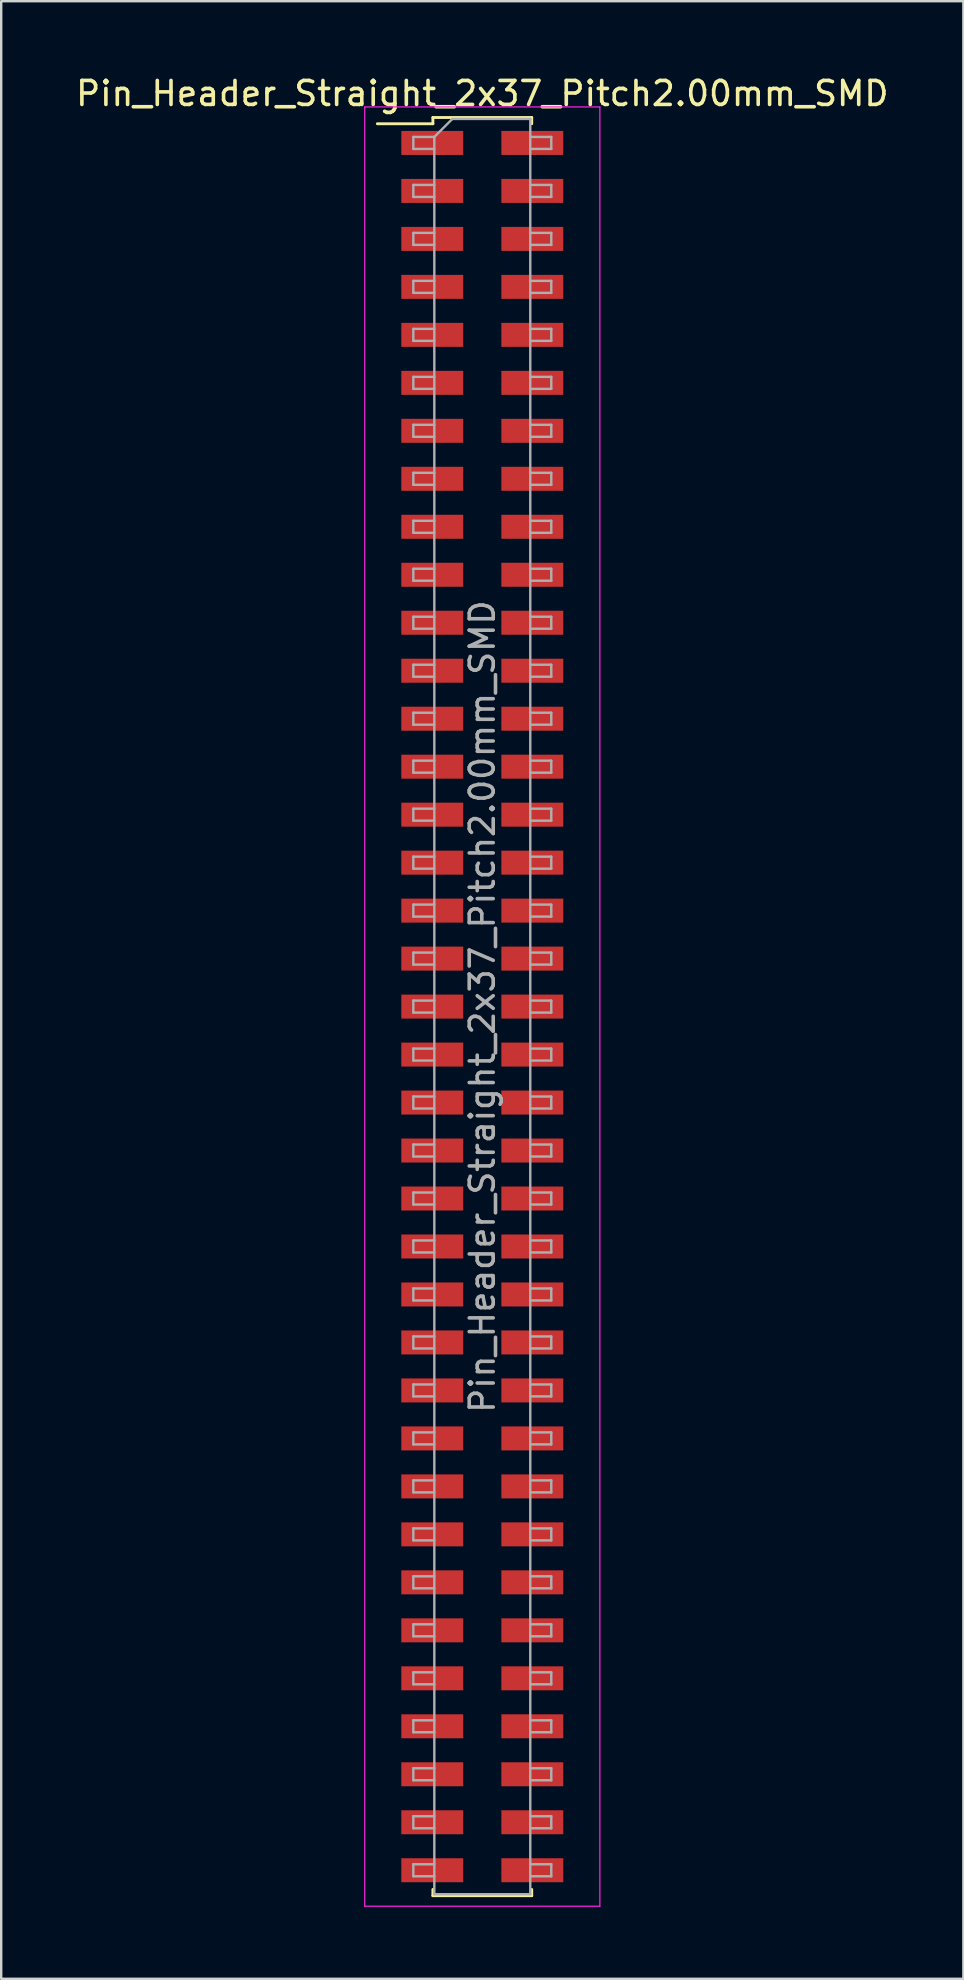
<source format=kicad_pcb>
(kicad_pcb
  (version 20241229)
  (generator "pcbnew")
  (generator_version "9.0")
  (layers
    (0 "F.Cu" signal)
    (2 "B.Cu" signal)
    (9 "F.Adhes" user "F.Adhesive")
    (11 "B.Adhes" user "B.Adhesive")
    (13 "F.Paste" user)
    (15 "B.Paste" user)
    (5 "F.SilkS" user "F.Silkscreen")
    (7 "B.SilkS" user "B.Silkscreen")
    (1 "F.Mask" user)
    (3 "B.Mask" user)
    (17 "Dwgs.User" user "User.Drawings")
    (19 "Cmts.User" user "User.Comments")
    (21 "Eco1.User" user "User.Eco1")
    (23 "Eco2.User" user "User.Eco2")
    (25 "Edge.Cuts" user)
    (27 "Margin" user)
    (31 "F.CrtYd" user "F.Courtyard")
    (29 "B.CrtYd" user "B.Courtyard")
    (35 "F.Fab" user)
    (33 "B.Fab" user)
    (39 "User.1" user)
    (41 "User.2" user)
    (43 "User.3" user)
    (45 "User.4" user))
  (footprint "Pin_Header_Straight_2x37_Pitch2.00mm_SMD"
    (layer "F.Cu")
    (at 17.054 38.908)
    (property "Reference" "Pin_Header_Straight_2x37_Pitch2.00mm_SMD" (at 0 -38.06 0) (layer "F.SilkS") (effects (font (size 1 1) (thickness 0.15))))
    (attr smd)
    (fp_line (start -4.375 -36.8) (end -2.06 -36.8) (stroke (width 0.12) (type solid)) (layer "F.SilkS"))
    (fp_line (start -2.06 -37.06) (end 2.06 -37.06) (stroke (width 0.12) (type solid)) (layer "F.SilkS"))
    (fp_line (start -2.06 -36.8) (end -2.06 -37.06) (stroke (width 0.12) (type solid)) (layer "F.SilkS"))
    (fp_line (start -2.06 36.8) (end -2.06 37.06) (stroke (width 0.12) (type solid)) (layer "F.SilkS"))
    (fp_line (start -2.06 37.06) (end 2.06 37.06) (stroke (width 0.12) (type solid)) (layer "F.SilkS"))
    (fp_line (start 2.06 -37.06) (end 2.06 -36.8) (stroke (width 0.12) (type solid)) (layer "F.SilkS"))
    (fp_line (start 2.06 37.06) (end 2.06 36.8) (stroke (width 0.12) (type solid)) (layer "F.SilkS"))
    (fp_line (start -4.9 -37.5) (end -4.9 37.5) (stroke (width 0.05) (type solid)) (layer "F.CrtYd"))
    (fp_line (start -4.9 37.5) (end 4.9 37.5) (stroke (width 0.05) (type solid)) (layer "F.CrtYd"))
    (fp_line (start 4.9 -37.5) (end -4.9 -37.5) (stroke (width 0.05) (type solid)) (layer "F.CrtYd"))
    (fp_line (start 4.9 37.5) (end 4.9 -37.5) (stroke (width 0.05) (type solid)) (layer "F.CrtYd"))
    (fp_line (start -2.875 -36.25) (end -2.875 -35.75) (stroke (width 0.1) (type solid)) (layer "F.Fab"))
    (fp_line (start -2.875 -35.75) (end -2 -35.75) (stroke (width 0.1) (type solid)) (layer "F.Fab"))
    (fp_line (start -2.875 -34.25) (end -2.875 -33.75) (stroke (width 0.1) (type solid)) (layer "F.Fab"))
    (fp_line (start -2.875 -33.75) (end -2 -33.75) (stroke (width 0.1) (type solid)) (layer "F.Fab"))
    (fp_line (start -2.875 -32.25) (end -2.875 -31.75) (stroke (width 0.1) (type solid)) (layer "F.Fab"))
    (fp_line (start -2.875 -31.75) (end -2 -31.75) (stroke (width 0.1) (type solid)) (layer "F.Fab"))
    (fp_line (start -2.875 -30.25) (end -2.875 -29.75) (stroke (width 0.1) (type solid)) (layer "F.Fab"))
    (fp_line (start -2.875 -29.75) (end -2 -29.75) (stroke (width 0.1) (type solid)) (layer "F.Fab"))
    (fp_line (start -2.875 -28.25) (end -2.875 -27.75) (stroke (width 0.1) (type solid)) (layer "F.Fab"))
    (fp_line (start -2.875 -27.75) (end -2 -27.75) (stroke (width 0.1) (type solid)) (layer "F.Fab"))
    (fp_line (start -2.875 -26.25) (end -2.875 -25.75) (stroke (width 0.1) (type solid)) (layer "F.Fab"))
    (fp_line (start -2.875 -25.75) (end -2 -25.75) (stroke (width 0.1) (type solid)) (layer "F.Fab"))
    (fp_line (start -2.875 -24.25) (end -2.875 -23.75) (stroke (width 0.1) (type solid)) (layer "F.Fab"))
    (fp_line (start -2.875 -23.75) (end -2 -23.75) (stroke (width 0.1) (type solid)) (layer "F.Fab"))
    (fp_line (start -2.875 -22.25) (end -2.875 -21.75) (stroke (width 0.1) (type solid)) (layer "F.Fab"))
    (fp_line (start -2.875 -21.75) (end -2 -21.75) (stroke (width 0.1) (type solid)) (layer "F.Fab"))
    (fp_line (start -2.875 -20.25) (end -2.875 -19.75) (stroke (width 0.1) (type solid)) (layer "F.Fab"))
    (fp_line (start -2.875 -19.75) (end -2 -19.75) (stroke (width 0.1) (type solid)) (layer "F.Fab"))
    (fp_line (start -2.875 -18.25) (end -2.875 -17.75) (stroke (width 0.1) (type solid)) (layer "F.Fab"))
    (fp_line (start -2.875 -17.75) (end -2 -17.75) (stroke (width 0.1) (type solid)) (layer "F.Fab"))
    (fp_line (start -2.875 -16.25) (end -2.875 -15.75) (stroke (width 0.1) (type solid)) (layer "F.Fab"))
    (fp_line (start -2.875 -15.75) (end -2 -15.75) (stroke (width 0.1) (type solid)) (layer "F.Fab"))
    (fp_line (start -2.875 -14.25) (end -2.875 -13.75) (stroke (width 0.1) (type solid)) (layer "F.Fab"))
    (fp_line (start -2.875 -13.75) (end -2 -13.75) (stroke (width 0.1) (type solid)) (layer "F.Fab"))
    (fp_line (start -2.875 -12.25) (end -2.875 -11.75) (stroke (width 0.1) (type solid)) (layer "F.Fab"))
    (fp_line (start -2.875 -11.75) (end -2 -11.75) (stroke (width 0.1) (type solid)) (layer "F.Fab"))
    (fp_line (start -2.875 -10.25) (end -2.875 -9.75) (stroke (width 0.1) (type solid)) (layer "F.Fab"))
    (fp_line (start -2.875 -9.75) (end -2 -9.75) (stroke (width 0.1) (type solid)) (layer "F.Fab"))
    (fp_line (start -2.875 -8.25) (end -2.875 -7.75) (stroke (width 0.1) (type solid)) (layer "F.Fab"))
    (fp_line (start -2.875 -7.75) (end -2 -7.75) (stroke (width 0.1) (type solid)) (layer "F.Fab"))
    (fp_line (start -2.875 -6.25) (end -2.875 -5.75) (stroke (width 0.1) (type solid)) (layer "F.Fab"))
    (fp_line (start -2.875 -5.75) (end -2 -5.75) (stroke (width 0.1) (type solid)) (layer "F.Fab"))
    (fp_line (start -2.875 -4.25) (end -2.875 -3.75) (stroke (width 0.1) (type solid)) (layer "F.Fab"))
    (fp_line (start -2.875 -3.75) (end -2 -3.75) (stroke (width 0.1) (type solid)) (layer "F.Fab"))
    (fp_line (start -2.875 -2.25) (end -2.875 -1.75) (stroke (width 0.1) (type solid)) (layer "F.Fab"))
    (fp_line (start -2.875 -1.75) (end -2 -1.75) (stroke (width 0.1) (type solid)) (layer "F.Fab"))
    (fp_line (start -2.875 -0.25) (end -2.875 0.25) (stroke (width 0.1) (type solid)) (layer "F.Fab"))
    (fp_line (start -2.875 0.25) (end -2 0.25) (stroke (width 0.1) (type solid)) (layer "F.Fab"))
    (fp_line (start -2.875 1.75) (end -2.875 2.25) (stroke (width 0.1) (type solid)) (layer "F.Fab"))
    (fp_line (start -2.875 2.25) (end -2 2.25) (stroke (width 0.1) (type solid)) (layer "F.Fab"))
    (fp_line (start -2.875 3.75) (end -2.875 4.25) (stroke (width 0.1) (type solid)) (layer "F.Fab"))
    (fp_line (start -2.875 4.25) (end -2 4.25) (stroke (width 0.1) (type solid)) (layer "F.Fab"))
    (fp_line (start -2.875 5.75) (end -2.875 6.25) (stroke (width 0.1) (type solid)) (layer "F.Fab"))
    (fp_line (start -2.875 6.25) (end -2 6.25) (stroke (width 0.1) (type solid)) (layer "F.Fab"))
    (fp_line (start -2.875 7.75) (end -2.875 8.25) (stroke (width 0.1) (type solid)) (layer "F.Fab"))
    (fp_line (start -2.875 8.25) (end -2 8.25) (stroke (width 0.1) (type solid)) (layer "F.Fab"))
    (fp_line (start -2.875 9.75) (end -2.875 10.25) (stroke (width 0.1) (type solid)) (layer "F.Fab"))
    (fp_line (start -2.875 10.25) (end -2 10.25) (stroke (width 0.1) (type solid)) (layer "F.Fab"))
    (fp_line (start -2.875 11.75) (end -2.875 12.25) (stroke (width 0.1) (type solid)) (layer "F.Fab"))
    (fp_line (start -2.875 12.25) (end -2 12.25) (stroke (width 0.1) (type solid)) (layer "F.Fab"))
    (fp_line (start -2.875 13.75) (end -2.875 14.25) (stroke (width 0.1) (type solid)) (layer "F.Fab"))
    (fp_line (start -2.875 14.25) (end -2 14.25) (stroke (width 0.1) (type solid)) (layer "F.Fab"))
    (fp_line (start -2.875 15.75) (end -2.875 16.25) (stroke (width 0.1) (type solid)) (layer "F.Fab"))
    (fp_line (start -2.875 16.25) (end -2 16.25) (stroke (width 0.1) (type solid)) (layer "F.Fab"))
    (fp_line (start -2.875 17.75) (end -2.875 18.25) (stroke (width 0.1) (type solid)) (layer "F.Fab"))
    (fp_line (start -2.875 18.25) (end -2 18.25) (stroke (width 0.1) (type solid)) (layer "F.Fab"))
    (fp_line (start -2.875 19.75) (end -2.875 20.25) (stroke (width 0.1) (type solid)) (layer "F.Fab"))
    (fp_line (start -2.875 20.25) (end -2 20.25) (stroke (width 0.1) (type solid)) (layer "F.Fab"))
    (fp_line (start -2.875 21.75) (end -2.875 22.25) (stroke (width 0.1) (type solid)) (layer "F.Fab"))
    (fp_line (start -2.875 22.25) (end -2 22.25) (stroke (width 0.1) (type solid)) (layer "F.Fab"))
    (fp_line (start -2.875 23.75) (end -2.875 24.25) (stroke (width 0.1) (type solid)) (layer "F.Fab"))
    (fp_line (start -2.875 24.25) (end -2 24.25) (stroke (width 0.1) (type solid)) (layer "F.Fab"))
    (fp_line (start -2.875 25.75) (end -2.875 26.25) (stroke (width 0.1) (type solid)) (layer "F.Fab"))
    (fp_line (start -2.875 26.25) (end -2 26.25) (stroke (width 0.1) (type solid)) (layer "F.Fab"))
    (fp_line (start -2.875 27.75) (end -2.875 28.25) (stroke (width 0.1) (type solid)) (layer "F.Fab"))
    (fp_line (start -2.875 28.25) (end -2 28.25) (stroke (width 0.1) (type solid)) (layer "F.Fab"))
    (fp_line (start -2.875 29.75) (end -2.875 30.25) (stroke (width 0.1) (type solid)) (layer "F.Fab"))
    (fp_line (start -2.875 30.25) (end -2 30.25) (stroke (width 0.1) (type solid)) (layer "F.Fab"))
    (fp_line (start -2.875 31.75) (end -2.875 32.25) (stroke (width 0.1) (type solid)) (layer "F.Fab"))
    (fp_line (start -2.875 32.25) (end -2 32.25) (stroke (width 0.1) (type solid)) (layer "F.Fab"))
    (fp_line (start -2.875 33.75) (end -2.875 34.25) (stroke (width 0.1) (type solid)) (layer "F.Fab"))
    (fp_line (start -2.875 34.25) (end -2 34.25) (stroke (width 0.1) (type solid)) (layer "F.Fab"))
    (fp_line (start -2.875 35.75) (end -2.875 36.25) (stroke (width 0.1) (type solid)) (layer "F.Fab"))
    (fp_line (start -2.875 36.25) (end -2 36.25) (stroke (width 0.1) (type solid)) (layer "F.Fab"))
    (fp_line (start -2 -36.25) (end -2.875 -36.25) (stroke (width 0.1) (type solid)) (layer "F.Fab"))
    (fp_line (start -2 -36.25) (end -1.25 -37) (stroke (width 0.1) (type solid)) (layer "F.Fab"))
    (fp_line (start -2 -34.25) (end -2.875 -34.25) (stroke (width 0.1) (type solid)) (layer "F.Fab"))
    (fp_line (start -2 -32.25) (end -2.875 -32.25) (stroke (width 0.1) (type solid)) (layer "F.Fab"))
    (fp_line (start -2 -30.25) (end -2.875 -30.25) (stroke (width 0.1) (type solid)) (layer "F.Fab"))
    (fp_line (start -2 -28.25) (end -2.875 -28.25) (stroke (width 0.1) (type solid)) (layer "F.Fab"))
    (fp_line (start -2 -26.25) (end -2.875 -26.25) (stroke (width 0.1) (type solid)) (layer "F.Fab"))
    (fp_line (start -2 -24.25) (end -2.875 -24.25) (stroke (width 0.1) (type solid)) (layer "F.Fab"))
    (fp_line (start -2 -22.25) (end -2.875 -22.25) (stroke (width 0.1) (type solid)) (layer "F.Fab"))
    (fp_line (start -2 -20.25) (end -2.875 -20.25) (stroke (width 0.1) (type solid)) (layer "F.Fab"))
    (fp_line (start -2 -18.25) (end -2.875 -18.25) (stroke (width 0.1) (type solid)) (layer "F.Fab"))
    (fp_line (start -2 -16.25) (end -2.875 -16.25) (stroke (width 0.1) (type solid)) (layer "F.Fab"))
    (fp_line (start -2 -14.25) (end -2.875 -14.25) (stroke (width 0.1) (type solid)) (layer "F.Fab"))
    (fp_line (start -2 -12.25) (end -2.875 -12.25) (stroke (width 0.1) (type solid)) (layer "F.Fab"))
    (fp_line (start -2 -10.25) (end -2.875 -10.25) (stroke (width 0.1) (type solid)) (layer "F.Fab"))
    (fp_line (start -2 -8.25) (end -2.875 -8.25) (stroke (width 0.1) (type solid)) (layer "F.Fab"))
    (fp_line (start -2 -6.25) (end -2.875 -6.25) (stroke (width 0.1) (type solid)) (layer "F.Fab"))
    (fp_line (start -2 -4.25) (end -2.875 -4.25) (stroke (width 0.1) (type solid)) (layer "F.Fab"))
    (fp_line (start -2 -2.25) (end -2.875 -2.25) (stroke (width 0.1) (type solid)) (layer "F.Fab"))
    (fp_line (start -2 -0.25) (end -2.875 -0.25) (stroke (width 0.1) (type solid)) (layer "F.Fab"))
    (fp_line (start -2 1.75) (end -2.875 1.75) (stroke (width 0.1) (type solid)) (layer "F.Fab"))
    (fp_line (start -2 3.75) (end -2.875 3.75) (stroke (width 0.1) (type solid)) (layer "F.Fab"))
    (fp_line (start -2 5.75) (end -2.875 5.75) (stroke (width 0.1) (type solid)) (layer "F.Fab"))
    (fp_line (start -2 7.75) (end -2.875 7.75) (stroke (width 0.1) (type solid)) (layer "F.Fab"))
    (fp_line (start -2 9.75) (end -2.875 9.75) (stroke (width 0.1) (type solid)) (layer "F.Fab"))
    (fp_line (start -2 11.75) (end -2.875 11.75) (stroke (width 0.1) (type solid)) (layer "F.Fab"))
    (fp_line (start -2 13.75) (end -2.875 13.75) (stroke (width 0.1) (type solid)) (layer "F.Fab"))
    (fp_line (start -2 15.75) (end -2.875 15.75) (stroke (width 0.1) (type solid)) (layer "F.Fab"))
    (fp_line (start -2 17.75) (end -2.875 17.75) (stroke (width 0.1) (type solid)) (layer "F.Fab"))
    (fp_line (start -2 19.75) (end -2.875 19.75) (stroke (width 0.1) (type solid)) (layer "F.Fab"))
    (fp_line (start -2 21.75) (end -2.875 21.75) (stroke (width 0.1) (type solid)) (layer "F.Fab"))
    (fp_line (start -2 23.75) (end -2.875 23.75) (stroke (width 0.1) (type solid)) (layer "F.Fab"))
    (fp_line (start -2 25.75) (end -2.875 25.75) (stroke (width 0.1) (type solid)) (layer "F.Fab"))
    (fp_line (start -2 27.75) (end -2.875 27.75) (stroke (width 0.1) (type solid)) (layer "F.Fab"))
    (fp_line (start -2 29.75) (end -2.875 29.75) (stroke (width 0.1) (type solid)) (layer "F.Fab"))
    (fp_line (start -2 31.75) (end -2.875 31.75) (stroke (width 0.1) (type solid)) (layer "F.Fab"))
    (fp_line (start -2 33.75) (end -2.875 33.75) (stroke (width 0.1) (type solid)) (layer "F.Fab"))
    (fp_line (start -2 35.75) (end -2.875 35.75) (stroke (width 0.1) (type solid)) (layer "F.Fab"))
    (fp_line (start -2 37) (end -2 -36.25) (stroke (width 0.1) (type solid)) (layer "F.Fab"))
    (fp_line (start -1.25 -37) (end 2 -37) (stroke (width 0.1) (type solid)) (layer "F.Fab"))
    (fp_line (start 2 -37) (end 2 37) (stroke (width 0.1) (type solid)) (layer "F.Fab"))
    (fp_line (start 2 -36.25) (end 2.875 -36.25) (stroke (width 0.1) (type solid)) (layer "F.Fab"))
    (fp_line (start 2 -34.25) (end 2.875 -34.25) (stroke (width 0.1) (type solid)) (layer "F.Fab"))
    (fp_line (start 2 -32.25) (end 2.875 -32.25) (stroke (width 0.1) (type solid)) (layer "F.Fab"))
    (fp_line (start 2 -30.25) (end 2.875 -30.25) (stroke (width 0.1) (type solid)) (layer "F.Fab"))
    (fp_line (start 2 -28.25) (end 2.875 -28.25) (stroke (width 0.1) (type solid)) (layer "F.Fab"))
    (fp_line (start 2 -26.25) (end 2.875 -26.25) (stroke (width 0.1) (type solid)) (layer "F.Fab"))
    (fp_line (start 2 -24.25) (end 2.875 -24.25) (stroke (width 0.1) (type solid)) (layer "F.Fab"))
    (fp_line (start 2 -22.25) (end 2.875 -22.25) (stroke (width 0.1) (type solid)) (layer "F.Fab"))
    (fp_line (start 2 -20.25) (end 2.875 -20.25) (stroke (width 0.1) (type solid)) (layer "F.Fab"))
    (fp_line (start 2 -18.25) (end 2.875 -18.25) (stroke (width 0.1) (type solid)) (layer "F.Fab"))
    (fp_line (start 2 -16.25) (end 2.875 -16.25) (stroke (width 0.1) (type solid)) (layer "F.Fab"))
    (fp_line (start 2 -14.25) (end 2.875 -14.25) (stroke (width 0.1) (type solid)) (layer "F.Fab"))
    (fp_line (start 2 -12.25) (end 2.875 -12.25) (stroke (width 0.1) (type solid)) (layer "F.Fab"))
    (fp_line (start 2 -10.25) (end 2.875 -10.25) (stroke (width 0.1) (type solid)) (layer "F.Fab"))
    (fp_line (start 2 -8.25) (end 2.875 -8.25) (stroke (width 0.1) (type solid)) (layer "F.Fab"))
    (fp_line (start 2 -6.25) (end 2.875 -6.25) (stroke (width 0.1) (type solid)) (layer "F.Fab"))
    (fp_line (start 2 -4.25) (end 2.875 -4.25) (stroke (width 0.1) (type solid)) (layer "F.Fab"))
    (fp_line (start 2 -2.25) (end 2.875 -2.25) (stroke (width 0.1) (type solid)) (layer "F.Fab"))
    (fp_line (start 2 -0.25) (end 2.875 -0.25) (stroke (width 0.1) (type solid)) (layer "F.Fab"))
    (fp_line (start 2 1.75) (end 2.875 1.75) (stroke (width 0.1) (type solid)) (layer "F.Fab"))
    (fp_line (start 2 3.75) (end 2.875 3.75) (stroke (width 0.1) (type solid)) (layer "F.Fab"))
    (fp_line (start 2 5.75) (end 2.875 5.75) (stroke (width 0.1) (type solid)) (layer "F.Fab"))
    (fp_line (start 2 7.75) (end 2.875 7.75) (stroke (width 0.1) (type solid)) (layer "F.Fab"))
    (fp_line (start 2 9.75) (end 2.875 9.75) (stroke (width 0.1) (type solid)) (layer "F.Fab"))
    (fp_line (start 2 11.75) (end 2.875 11.75) (stroke (width 0.1) (type solid)) (layer "F.Fab"))
    (fp_line (start 2 13.75) (end 2.875 13.75) (stroke (width 0.1) (type solid)) (layer "F.Fab"))
    (fp_line (start 2 15.75) (end 2.875 15.75) (stroke (width 0.1) (type solid)) (layer "F.Fab"))
    (fp_line (start 2 17.75) (end 2.875 17.75) (stroke (width 0.1) (type solid)) (layer "F.Fab"))
    (fp_line (start 2 19.75) (end 2.875 19.75) (stroke (width 0.1) (type solid)) (layer "F.Fab"))
    (fp_line (start 2 21.75) (end 2.875 21.75) (stroke (width 0.1) (type solid)) (layer "F.Fab"))
    (fp_line (start 2 23.75) (end 2.875 23.75) (stroke (width 0.1) (type solid)) (layer "F.Fab"))
    (fp_line (start 2 25.75) (end 2.875 25.75) (stroke (width 0.1) (type solid)) (layer "F.Fab"))
    (fp_line (start 2 27.75) (end 2.875 27.75) (stroke (width 0.1) (type solid)) (layer "F.Fab"))
    (fp_line (start 2 29.75) (end 2.875 29.75) (stroke (width 0.1) (type solid)) (layer "F.Fab"))
    (fp_line (start 2 31.75) (end 2.875 31.75) (stroke (width 0.1) (type solid)) (layer "F.Fab"))
    (fp_line (start 2 33.75) (end 2.875 33.75) (stroke (width 0.1) (type solid)) (layer "F.Fab"))
    (fp_line (start 2 35.75) (end 2.875 35.75) (stroke (width 0.1) (type solid)) (layer "F.Fab"))
    (fp_line (start 2 37) (end -2 37) (stroke (width 0.1) (type solid)) (layer "F.Fab"))
    (fp_line (start 2.875 -36.25) (end 2.875 -35.75) (stroke (width 0.1) (type solid)) (layer "F.Fab"))
    (fp_line (start 2.875 -35.75) (end 2 -35.75) (stroke (width 0.1) (type solid)) (layer "F.Fab"))
    (fp_line (start 2.875 -34.25) (end 2.875 -33.75) (stroke (width 0.1) (type solid)) (layer "F.Fab"))
    (fp_line (start 2.875 -33.75) (end 2 -33.75) (stroke (width 0.1) (type solid)) (layer "F.Fab"))
    (fp_line (start 2.875 -32.25) (end 2.875 -31.75) (stroke (width 0.1) (type solid)) (layer "F.Fab"))
    (fp_line (start 2.875 -31.75) (end 2 -31.75) (stroke (width 0.1) (type solid)) (layer "F.Fab"))
    (fp_line (start 2.875 -30.25) (end 2.875 -29.75) (stroke (width 0.1) (type solid)) (layer "F.Fab"))
    (fp_line (start 2.875 -29.75) (end 2 -29.75) (stroke (width 0.1) (type solid)) (layer "F.Fab"))
    (fp_line (start 2.875 -28.25) (end 2.875 -27.75) (stroke (width 0.1) (type solid)) (layer "F.Fab"))
    (fp_line (start 2.875 -27.75) (end 2 -27.75) (stroke (width 0.1) (type solid)) (layer "F.Fab"))
    (fp_line (start 2.875 -26.25) (end 2.875 -25.75) (stroke (width 0.1) (type solid)) (layer "F.Fab"))
    (fp_line (start 2.875 -25.75) (end 2 -25.75) (stroke (width 0.1) (type solid)) (layer "F.Fab"))
    (fp_line (start 2.875 -24.25) (end 2.875 -23.75) (stroke (width 0.1) (type solid)) (layer "F.Fab"))
    (fp_line (start 2.875 -23.75) (end 2 -23.75) (stroke (width 0.1) (type solid)) (layer "F.Fab"))
    (fp_line (start 2.875 -22.25) (end 2.875 -21.75) (stroke (width 0.1) (type solid)) (layer "F.Fab"))
    (fp_line (start 2.875 -21.75) (end 2 -21.75) (stroke (width 0.1) (type solid)) (layer "F.Fab"))
    (fp_line (start 2.875 -20.25) (end 2.875 -19.75) (stroke (width 0.1) (type solid)) (layer "F.Fab"))
    (fp_line (start 2.875 -19.75) (end 2 -19.75) (stroke (width 0.1) (type solid)) (layer "F.Fab"))
    (fp_line (start 2.875 -18.25) (end 2.875 -17.75) (stroke (width 0.1) (type solid)) (layer "F.Fab"))
    (fp_line (start 2.875 -17.75) (end 2 -17.75) (stroke (width 0.1) (type solid)) (layer "F.Fab"))
    (fp_line (start 2.875 -16.25) (end 2.875 -15.75) (stroke (width 0.1) (type solid)) (layer "F.Fab"))
    (fp_line (start 2.875 -15.75) (end 2 -15.75) (stroke (width 0.1) (type solid)) (layer "F.Fab"))
    (fp_line (start 2.875 -14.25) (end 2.875 -13.75) (stroke (width 0.1) (type solid)) (layer "F.Fab"))
    (fp_line (start 2.875 -13.75) (end 2 -13.75) (stroke (width 0.1) (type solid)) (layer "F.Fab"))
    (fp_line (start 2.875 -12.25) (end 2.875 -11.75) (stroke (width 0.1) (type solid)) (layer "F.Fab"))
    (fp_line (start 2.875 -11.75) (end 2 -11.75) (stroke (width 0.1) (type solid)) (layer "F.Fab"))
    (fp_line (start 2.875 -10.25) (end 2.875 -9.75) (stroke (width 0.1) (type solid)) (layer "F.Fab"))
    (fp_line (start 2.875 -9.75) (end 2 -9.75) (stroke (width 0.1) (type solid)) (layer "F.Fab"))
    (fp_line (start 2.875 -8.25) (end 2.875 -7.75) (stroke (width 0.1) (type solid)) (layer "F.Fab"))
    (fp_line (start 2.875 -7.75) (end 2 -7.75) (stroke (width 0.1) (type solid)) (layer "F.Fab"))
    (fp_line (start 2.875 -6.25) (end 2.875 -5.75) (stroke (width 0.1) (type solid)) (layer "F.Fab"))
    (fp_line (start 2.875 -5.75) (end 2 -5.75) (stroke (width 0.1) (type solid)) (layer "F.Fab"))
    (fp_line (start 2.875 -4.25) (end 2.875 -3.75) (stroke (width 0.1) (type solid)) (layer "F.Fab"))
    (fp_line (start 2.875 -3.75) (end 2 -3.75) (stroke (width 0.1) (type solid)) (layer "F.Fab"))
    (fp_line (start 2.875 -2.25) (end 2.875 -1.75) (stroke (width 0.1) (type solid)) (layer "F.Fab"))
    (fp_line (start 2.875 -1.75) (end 2 -1.75) (stroke (width 0.1) (type solid)) (layer "F.Fab"))
    (fp_line (start 2.875 -0.25) (end 2.875 0.25) (stroke (width 0.1) (type solid)) (layer "F.Fab"))
    (fp_line (start 2.875 0.25) (end 2 0.25) (stroke (width 0.1) (type solid)) (layer "F.Fab"))
    (fp_line (start 2.875 1.75) (end 2.875 2.25) (stroke (width 0.1) (type solid)) (layer "F.Fab"))
    (fp_line (start 2.875 2.25) (end 2 2.25) (stroke (width 0.1) (type solid)) (layer "F.Fab"))
    (fp_line (start 2.875 3.75) (end 2.875 4.25) (stroke (width 0.1) (type solid)) (layer "F.Fab"))
    (fp_line (start 2.875 4.25) (end 2 4.25) (stroke (width 0.1) (type solid)) (layer "F.Fab"))
    (fp_line (start 2.875 5.75) (end 2.875 6.25) (stroke (width 0.1) (type solid)) (layer "F.Fab"))
    (fp_line (start 2.875 6.25) (end 2 6.25) (stroke (width 0.1) (type solid)) (layer "F.Fab"))
    (fp_line (start 2.875 7.75) (end 2.875 8.25) (stroke (width 0.1) (type solid)) (layer "F.Fab"))
    (fp_line (start 2.875 8.25) (end 2 8.25) (stroke (width 0.1) (type solid)) (layer "F.Fab"))
    (fp_line (start 2.875 9.75) (end 2.875 10.25) (stroke (width 0.1) (type solid)) (layer "F.Fab"))
    (fp_line (start 2.875 10.25) (end 2 10.25) (stroke (width 0.1) (type solid)) (layer "F.Fab"))
    (fp_line (start 2.875 11.75) (end 2.875 12.25) (stroke (width 0.1) (type solid)) (layer "F.Fab"))
    (fp_line (start 2.875 12.25) (end 2 12.25) (stroke (width 0.1) (type solid)) (layer "F.Fab"))
    (fp_line (start 2.875 13.75) (end 2.875 14.25) (stroke (width 0.1) (type solid)) (layer "F.Fab"))
    (fp_line (start 2.875 14.25) (end 2 14.25) (stroke (width 0.1) (type solid)) (layer "F.Fab"))
    (fp_line (start 2.875 15.75) (end 2.875 16.25) (stroke (width 0.1) (type solid)) (layer "F.Fab"))
    (fp_line (start 2.875 16.25) (end 2 16.25) (stroke (width 0.1) (type solid)) (layer "F.Fab"))
    (fp_line (start 2.875 17.75) (end 2.875 18.25) (stroke (width 0.1) (type solid)) (layer "F.Fab"))
    (fp_line (start 2.875 18.25) (end 2 18.25) (stroke (width 0.1) (type solid)) (layer "F.Fab"))
    (fp_line (start 2.875 19.75) (end 2.875 20.25) (stroke (width 0.1) (type solid)) (layer "F.Fab"))
    (fp_line (start 2.875 20.25) (end 2 20.25) (stroke (width 0.1) (type solid)) (layer "F.Fab"))
    (fp_line (start 2.875 21.75) (end 2.875 22.25) (stroke (width 0.1) (type solid)) (layer "F.Fab"))
    (fp_line (start 2.875 22.25) (end 2 22.25) (stroke (width 0.1) (type solid)) (layer "F.Fab"))
    (fp_line (start 2.875 23.75) (end 2.875 24.25) (stroke (width 0.1) (type solid)) (layer "F.Fab"))
    (fp_line (start 2.875 24.25) (end 2 24.25) (stroke (width 0.1) (type solid)) (layer "F.Fab"))
    (fp_line (start 2.875 25.75) (end 2.875 26.25) (stroke (width 0.1) (type solid)) (layer "F.Fab"))
    (fp_line (start 2.875 26.25) (end 2 26.25) (stroke (width 0.1) (type solid)) (layer "F.Fab"))
    (fp_line (start 2.875 27.75) (end 2.875 28.25) (stroke (width 0.1) (type solid)) (layer "F.Fab"))
    (fp_line (start 2.875 28.25) (end 2 28.25) (stroke (width 0.1) (type solid)) (layer "F.Fab"))
    (fp_line (start 2.875 29.75) (end 2.875 30.25) (stroke (width 0.1) (type solid)) (layer "F.Fab"))
    (fp_line (start 2.875 30.25) (end 2 30.25) (stroke (width 0.1) (type solid)) (layer "F.Fab"))
    (fp_line (start 2.875 31.75) (end 2.875 32.25) (stroke (width 0.1) (type solid)) (layer "F.Fab"))
    (fp_line (start 2.875 32.25) (end 2 32.25) (stroke (width 0.1) (type solid)) (layer "F.Fab"))
    (fp_line (start 2.875 33.75) (end 2.875 34.25) (stroke (width 0.1) (type solid)) (layer "F.Fab"))
    (fp_line (start 2.875 34.25) (end 2 34.25) (stroke (width 0.1) (type solid)) (layer "F.Fab"))
    (fp_line (start 2.875 35.75) (end 2.875 36.25) (stroke (width 0.1) (type solid)) (layer "F.Fab"))
    (fp_line (start 2.875 36.25) (end 2 36.25) (stroke (width 0.1) (type solid)) (layer "F.Fab"))
    (fp_text user "${REFERENCE}" (at 0 0 90) (layer "F.Fab") (effects (font (size 1 1) (thickness 0.15))))
    (pad "1" smd rect (at -2.085 -36) (size 2.58 1) (layers "F.Cu" "F.Mask" "F.Paste"))
    (pad "2" smd rect (at 2.085 -36) (size 2.58 1) (layers "F.Cu" "F.Mask" "F.Paste"))
    (pad "3" smd rect (at -2.085 -34) (size 2.58 1) (layers "F.Cu" "F.Mask" "F.Paste"))
    (pad "4" smd rect (at 2.085 -34) (size 2.58 1) (layers "F.Cu" "F.Mask" "F.Paste"))
    (pad "5" smd rect (at -2.085 -32) (size 2.58 1) (layers "F.Cu" "F.Mask" "F.Paste"))
    (pad "6" smd rect (at 2.085 -32) (size 2.58 1) (layers "F.Cu" "F.Mask" "F.Paste"))
    (pad "7" smd rect (at -2.085 -30) (size 2.58 1) (layers "F.Cu" "F.Mask" "F.Paste"))
    (pad "8" smd rect (at 2.085 -30) (size 2.58 1) (layers "F.Cu" "F.Mask" "F.Paste"))
    (pad "9" smd rect (at -2.085 -28) (size 2.58 1) (layers "F.Cu" "F.Mask" "F.Paste"))
    (pad "10" smd rect (at 2.085 -28) (size 2.58 1) (layers "F.Cu" "F.Mask" "F.Paste"))
    (pad "11" smd rect (at -2.085 -26) (size 2.58 1) (layers "F.Cu" "F.Mask" "F.Paste"))
    (pad "12" smd rect (at 2.085 -26) (size 2.58 1) (layers "F.Cu" "F.Mask" "F.Paste"))
    (pad "13" smd rect (at -2.085 -24) (size 2.58 1) (layers "F.Cu" "F.Mask" "F.Paste"))
    (pad "14" smd rect (at 2.085 -24) (size 2.58 1) (layers "F.Cu" "F.Mask" "F.Paste"))
    (pad "15" smd rect (at -2.085 -22) (size 2.58 1) (layers "F.Cu" "F.Mask" "F.Paste"))
    (pad "16" smd rect (at 2.085 -22) (size 2.58 1) (layers "F.Cu" "F.Mask" "F.Paste"))
    (pad "17" smd rect (at -2.085 -20) (size 2.58 1) (layers "F.Cu" "F.Mask" "F.Paste"))
    (pad "18" smd rect (at 2.085 -20) (size 2.58 1) (layers "F.Cu" "F.Mask" "F.Paste"))
    (pad "19" smd rect (at -2.085 -18) (size 2.58 1) (layers "F.Cu" "F.Mask" "F.Paste"))
    (pad "20" smd rect (at 2.085 -18) (size 2.58 1) (layers "F.Cu" "F.Mask" "F.Paste"))
    (pad "21" smd rect (at -2.085 -16) (size 2.58 1) (layers "F.Cu" "F.Mask" "F.Paste"))
    (pad "22" smd rect (at 2.085 -16) (size 2.58 1) (layers "F.Cu" "F.Mask" "F.Paste"))
    (pad "23" smd rect (at -2.085 -14) (size 2.58 1) (layers "F.Cu" "F.Mask" "F.Paste"))
    (pad "24" smd rect (at 2.085 -14) (size 2.58 1) (layers "F.Cu" "F.Mask" "F.Paste"))
    (pad "25" smd rect (at -2.085 -12) (size 2.58 1) (layers "F.Cu" "F.Mask" "F.Paste"))
    (pad "26" smd rect (at 2.085 -12) (size 2.58 1) (layers "F.Cu" "F.Mask" "F.Paste"))
    (pad "27" smd rect (at -2.085 -10) (size 2.58 1) (layers "F.Cu" "F.Mask" "F.Paste"))
    (pad "28" smd rect (at 2.085 -10) (size 2.58 1) (layers "F.Cu" "F.Mask" "F.Paste"))
    (pad "29" smd rect (at -2.085 -8) (size 2.58 1) (layers "F.Cu" "F.Mask" "F.Paste"))
    (pad "30" smd rect (at 2.085 -8) (size 2.58 1) (layers "F.Cu" "F.Mask" "F.Paste"))
    (pad "31" smd rect (at -2.085 -6) (size 2.58 1) (layers "F.Cu" "F.Mask" "F.Paste"))
    (pad "32" smd rect (at 2.085 -6) (size 2.58 1) (layers "F.Cu" "F.Mask" "F.Paste"))
    (pad "33" smd rect (at -2.085 -4) (size 2.58 1) (layers "F.Cu" "F.Mask" "F.Paste"))
    (pad "34" smd rect (at 2.085 -4) (size 2.58 1) (layers "F.Cu" "F.Mask" "F.Paste"))
    (pad "35" smd rect (at -2.085 -2) (size 2.58 1) (layers "F.Cu" "F.Mask" "F.Paste"))
    (pad "36" smd rect (at 2.085 -2) (size 2.58 1) (layers "F.Cu" "F.Mask" "F.Paste"))
    (pad "37" smd rect (at -2.085 0) (size 2.58 1) (layers "F.Cu" "F.Mask" "F.Paste"))
    (pad "38" smd rect (at 2.085 0) (size 2.58 1) (layers "F.Cu" "F.Mask" "F.Paste"))
    (pad "39" smd rect (at -2.085 2) (size 2.58 1) (layers "F.Cu" "F.Mask" "F.Paste"))
    (pad "40" smd rect (at 2.085 2) (size 2.58 1) (layers "F.Cu" "F.Mask" "F.Paste"))
    (pad "41" smd rect (at -2.085 4) (size 2.58 1) (layers "F.Cu" "F.Mask" "F.Paste"))
    (pad "42" smd rect (at 2.085 4) (size 2.58 1) (layers "F.Cu" "F.Mask" "F.Paste"))
    (pad "43" smd rect (at -2.085 6) (size 2.58 1) (layers "F.Cu" "F.Mask" "F.Paste"))
    (pad "44" smd rect (at 2.085 6) (size 2.58 1) (layers "F.Cu" "F.Mask" "F.Paste"))
    (pad "45" smd rect (at -2.085 8) (size 2.58 1) (layers "F.Cu" "F.Mask" "F.Paste"))
    (pad "46" smd rect (at 2.085 8) (size 2.58 1) (layers "F.Cu" "F.Mask" "F.Paste"))
    (pad "47" smd rect (at -2.085 10) (size 2.58 1) (layers "F.Cu" "F.Mask" "F.Paste"))
    (pad "48" smd rect (at 2.085 10) (size 2.58 1) (layers "F.Cu" "F.Mask" "F.Paste"))
    (pad "49" smd rect (at -2.085 12) (size 2.58 1) (layers "F.Cu" "F.Mask" "F.Paste"))
    (pad "50" smd rect (at 2.085 12) (size 2.58 1) (layers "F.Cu" "F.Mask" "F.Paste"))
    (pad "51" smd rect (at -2.085 14) (size 2.58 1) (layers "F.Cu" "F.Mask" "F.Paste"))
    (pad "52" smd rect (at 2.085 14) (size 2.58 1) (layers "F.Cu" "F.Mask" "F.Paste"))
    (pad "53" smd rect (at -2.085 16) (size 2.58 1) (layers "F.Cu" "F.Mask" "F.Paste"))
    (pad "54" smd rect (at 2.085 16) (size 2.58 1) (layers "F.Cu" "F.Mask" "F.Paste"))
    (pad "55" smd rect (at -2.085 18) (size 2.58 1) (layers "F.Cu" "F.Mask" "F.Paste"))
    (pad "56" smd rect (at 2.085 18) (size 2.58 1) (layers "F.Cu" "F.Mask" "F.Paste"))
    (pad "57" smd rect (at -2.085 20) (size 2.58 1) (layers "F.Cu" "F.Mask" "F.Paste"))
    (pad "58" smd rect (at 2.085 20) (size 2.58 1) (layers "F.Cu" "F.Mask" "F.Paste"))
    (pad "59" smd rect (at -2.085 22) (size 2.58 1) (layers "F.Cu" "F.Mask" "F.Paste"))
    (pad "60" smd rect (at 2.085 22) (size 2.58 1) (layers "F.Cu" "F.Mask" "F.Paste"))
    (pad "61" smd rect (at -2.085 24) (size 2.58 1) (layers "F.Cu" "F.Mask" "F.Paste"))
    (pad "62" smd rect (at 2.085 24) (size 2.58 1) (layers "F.Cu" "F.Mask" "F.Paste"))
    (pad "63" smd rect (at -2.085 26) (size 2.58 1) (layers "F.Cu" "F.Mask" "F.Paste"))
    (pad "64" smd rect (at 2.085 26) (size 2.58 1) (layers "F.Cu" "F.Mask" "F.Paste"))
    (pad "65" smd rect (at -2.085 28) (size 2.58 1) (layers "F.Cu" "F.Mask" "F.Paste"))
    (pad "66" smd rect (at 2.085 28) (size 2.58 1) (layers "F.Cu" "F.Mask" "F.Paste"))
    (pad "67" smd rect (at -2.085 30) (size 2.58 1) (layers "F.Cu" "F.Mask" "F.Paste"))
    (pad "68" smd rect (at 2.085 30) (size 2.58 1) (layers "F.Cu" "F.Mask" "F.Paste"))
    (pad "69" smd rect (at -2.085 32) (size 2.58 1) (layers "F.Cu" "F.Mask" "F.Paste"))
    (pad "70" smd rect (at 2.085 32) (size 2.58 1) (layers "F.Cu" "F.Mask" "F.Paste"))
    (pad "71" smd rect (at -2.085 34) (size 2.58 1) (layers "F.Cu" "F.Mask" "F.Paste"))
    (pad "72" smd rect (at 2.085 34) (size 2.58 1) (layers "F.Cu" "F.Mask" "F.Paste"))
    (pad "73" smd rect (at -2.085 36) (size 2.58 1) (layers "F.Cu" "F.Mask" "F.Paste"))
    (pad "74" smd rect (at 2.085 36) (size 2.58 1) (layers "F.Cu" "F.Mask" "F.Paste")))
  (gr_rect
    (start -3 -3)
    (end 37.107 79.433)
    (stroke (width 0.1) (type default))
    (fill no)
    (layer "Edge.Cuts")))
</source>
